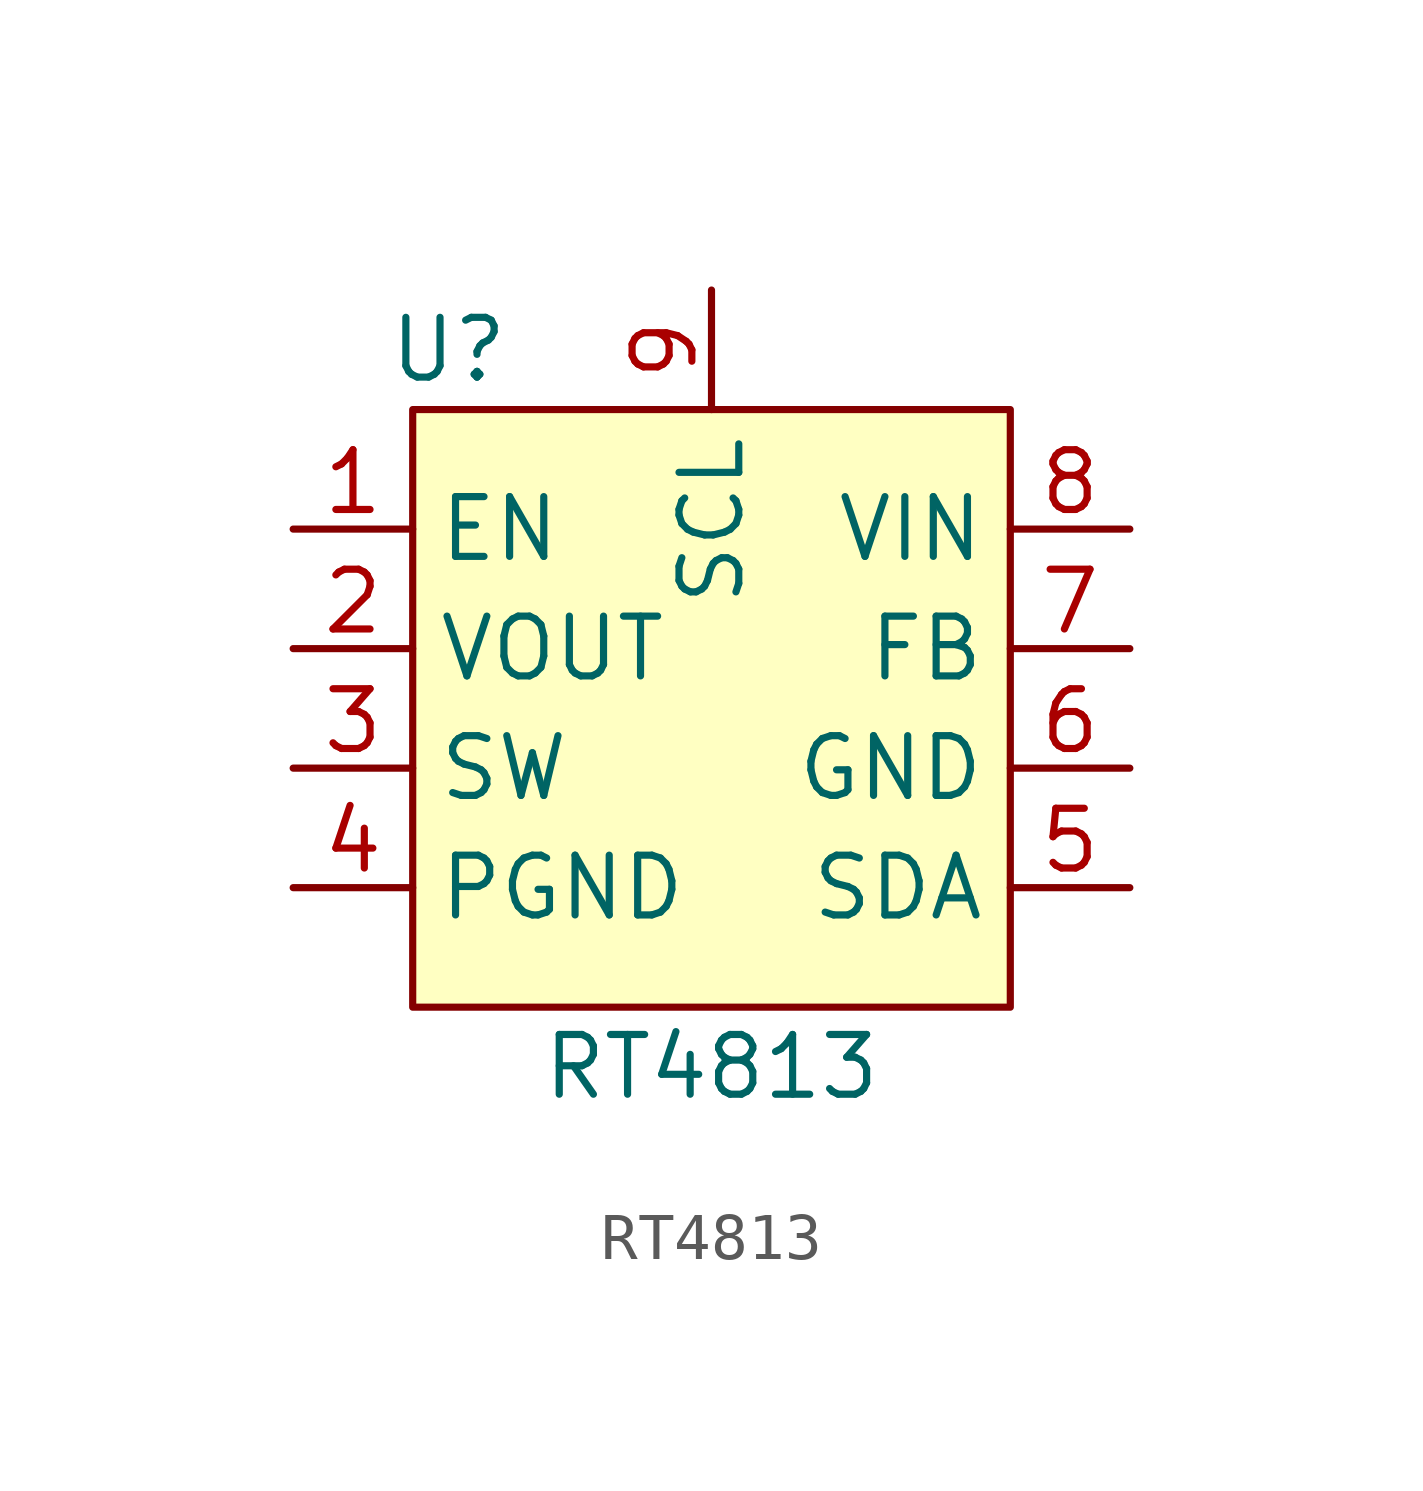
<source format=kicad_sym>
(kicad_symbol_lib
  (version 20241209)
  (generator "kicad_symbol_editor")
  (generator_version "9.0")
  (symbol "RT4813"
    (property "Reference" "U"
      (at -5.588 7.62 0)
      (effects (font (size 1.27 1.27))))
    (property "Value" "RT4813"
      (at 0 -7.62 0)
      (effects (font (size 1.27 1.27))))
    (symbol "RT4813_1_1"
      (rectangle (start -6.35 6.35) (end 6.35 -6.35) (stroke (width 0) (type solid)) (fill (type background)))
      (pin input line (at -8.89 3.81 0) (length 2.54) (name "EN" (effects (font (size 1.27 1.27)))) (number "1" (effects (font (size 1.27 1.27)))))
      (pin power_out line (at -8.89 1.27 0) (length 2.54) (name "VOUT" (effects (font (size 1.27 1.27)))) (number "2" (effects (font (size 1.27 1.27)))))
      (pin power_out line (at -8.89 -1.27 0) (length 2.54) (name "SW" (effects (font (size 1.27 1.27)))) (number "3" (effects (font (size 1.27 1.27)))))
      (pin power_out line (at -8.89 -3.81 0) (length 2.54) (name "PGND" (effects (font (size 1.27 1.27)))) (number "4" (effects (font (size 1.27 1.27)))))
      (pin bidirectional line (at 0 8.89 270) (length 2.54) (name "SCL" (effects (font (size 1.27 1.27)))) (number "9" (effects (font (size 1.27 1.27)))))
      (pin power_out line (at 8.89 3.81 180) (length 2.54) (name "VIN" (effects (font (size 1.27 1.27)))) (number "8" (effects (font (size 1.27 1.27)))))
      (pin input line (at 8.89 1.27 180) (length 2.54) (name "FB" (effects (font (size 1.27 1.27)))) (number "7" (effects (font (size 1.27 1.27)))))
      (pin power_out line (at 8.89 -1.27 180) (length 2.54) (name "GND" (effects (font (size 1.27 1.27)))) (number "6" (effects (font (size 1.27 1.27)))))
      (pin bidirectional line (at 8.89 -3.81 180) (length 2.54) (name "SDA" (effects (font (size 1.27 1.27)))) (number "5" (effects (font (size 1.27 1.27))))))))
</source>
